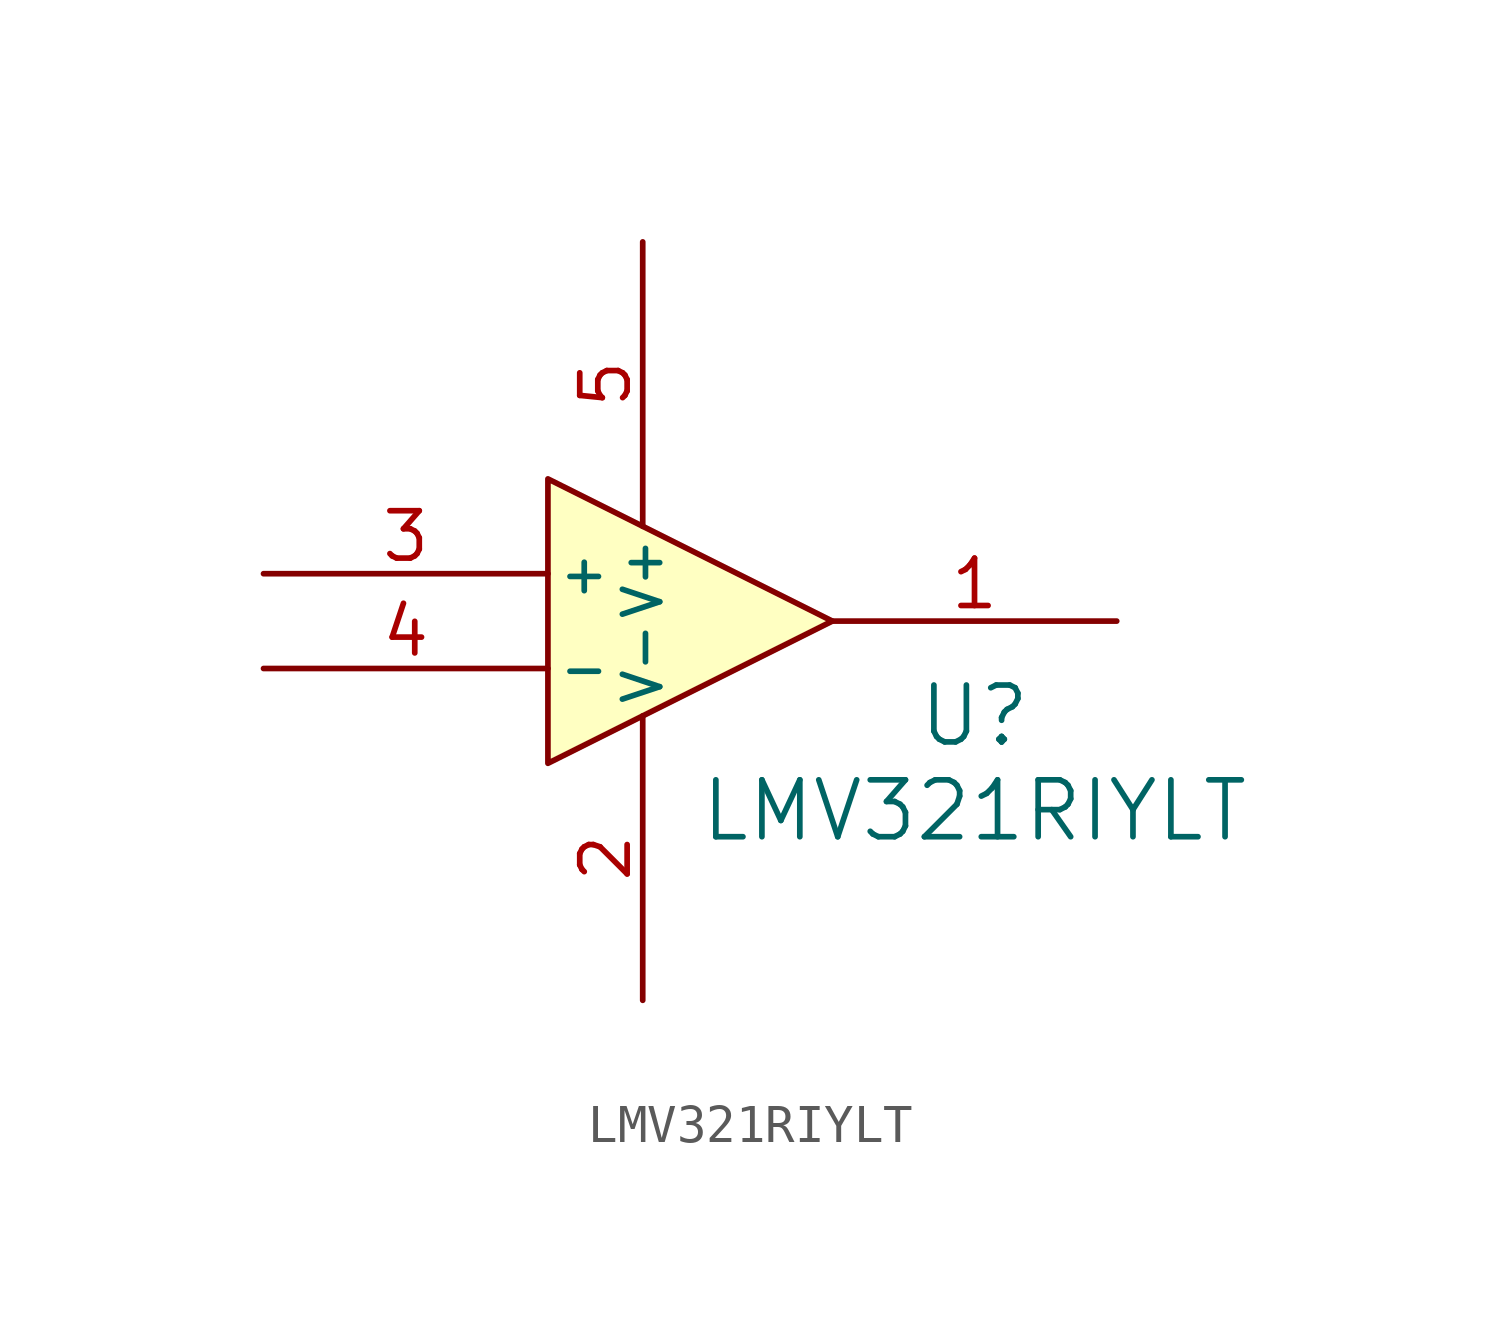
<source format=kicad_sym>
(kicad_symbol_lib
  (version 20220914)
  (generator kicad_symbol_editor)
  (symbol "LMV321RIYLT"
    (pin_names
      (offset 0.254))
    (property "Reference" "U"
      (at 8.89 -1.27 0)
      (effects (font (size 1.524 1.524))))
    (property "Value" "LMV321RIYLT"
      (at 8.89 -3.81 0)
      (effects (font (size 1.524 1.524))))
    (property "ki_locked" ""
      (at 0 0 0)
      (effects (font (size 1.27 1.27))))
    (symbol "LMV321RIYLT_1_1"
      (polyline (pts (xy -2.54 5.08) (xy -2.54 -2.54) (xy 5.08 1.27) (xy -2.54 5.08)) (stroke (width 0) (type default)) (fill (type background)))
      (pin output line (at 12.7 1.27 180) (length 7.62) (name "" (effects (font (size 1.27 1.27)))) (number "1" (effects (font (size 1.27 1.27)))))
      (pin power_in line (at 0 -8.89 90) (length 7.62) (name "V-" (effects (font (size 1 1)))) (number "2" (effects (font (size 1.27 1.27)))))
      (pin input line (at -10.16 2.54 0) (length 7.62) (name "+" (effects (font (size 1 1)))) (number "3" (effects (font (size 1.27 1.27)))))
      (pin input line (at -10.16 0 0) (length 7.62) (name "-" (effects (font (size 1 1)))) (number "4" (effects (font (size 1.27 1.27)))))
      (pin power_in line (at 0 11.43 270) (length 7.62) (name "V+" (effects (font (size 1 1)))) (number "5" (effects (font (size 1.27 1.27))))))))
</source>
